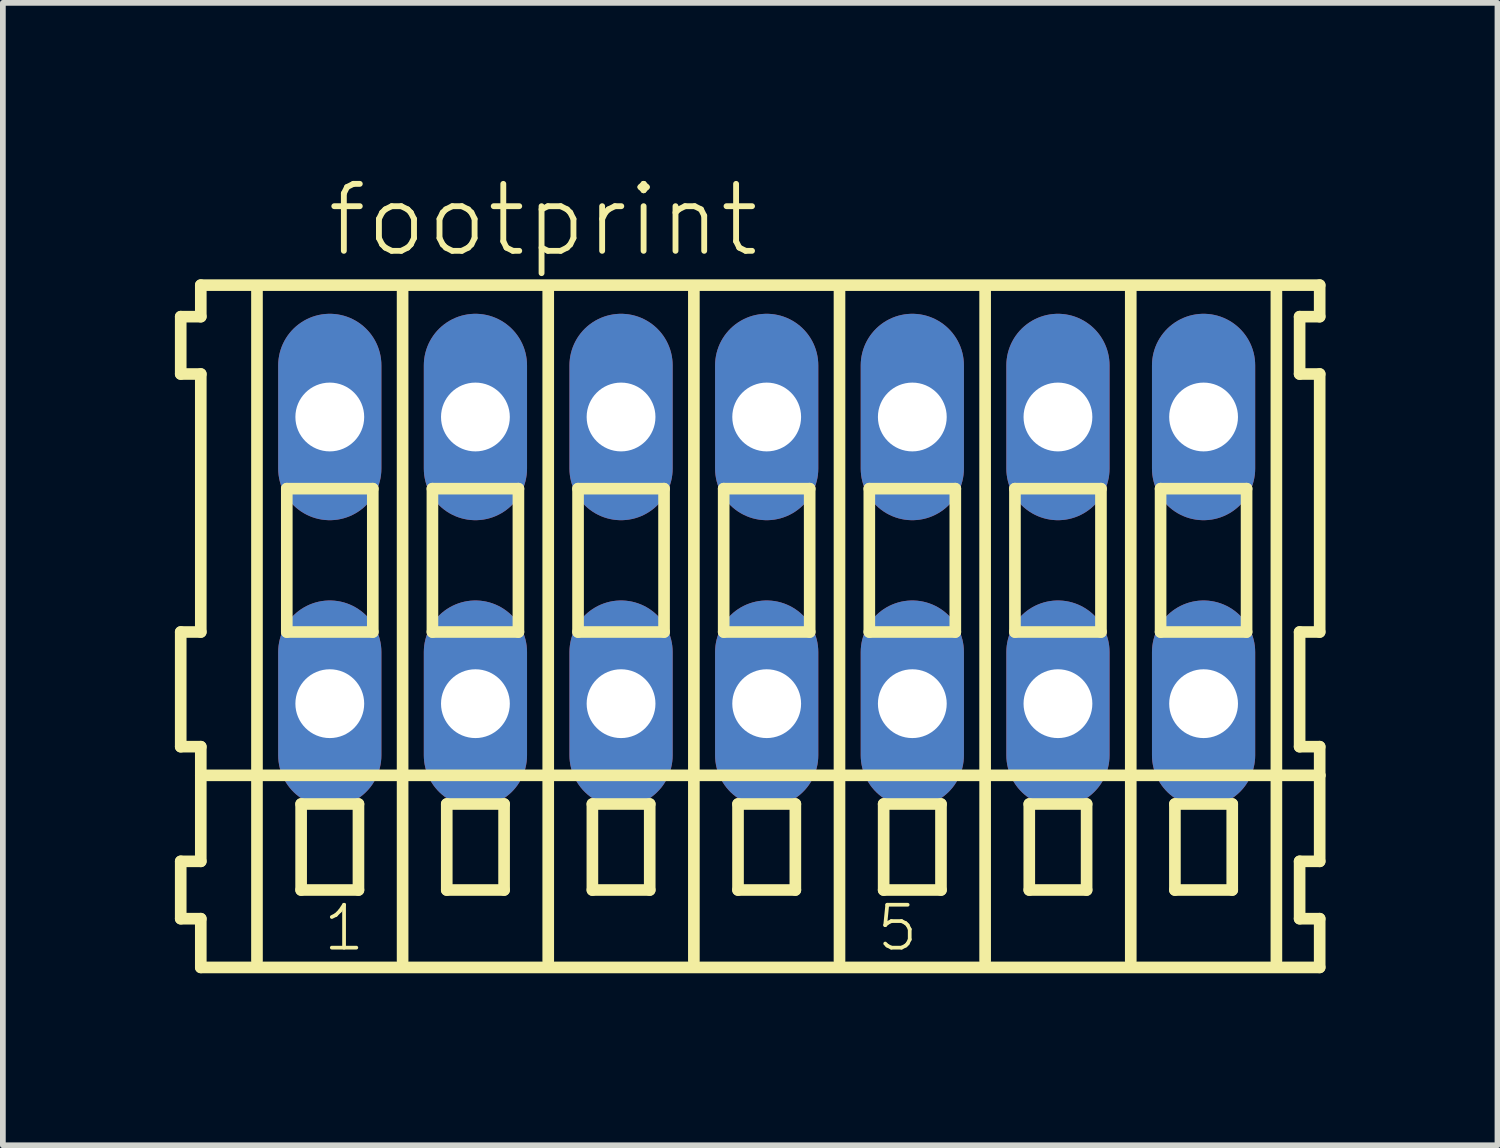
<source format=kicad_pcb>
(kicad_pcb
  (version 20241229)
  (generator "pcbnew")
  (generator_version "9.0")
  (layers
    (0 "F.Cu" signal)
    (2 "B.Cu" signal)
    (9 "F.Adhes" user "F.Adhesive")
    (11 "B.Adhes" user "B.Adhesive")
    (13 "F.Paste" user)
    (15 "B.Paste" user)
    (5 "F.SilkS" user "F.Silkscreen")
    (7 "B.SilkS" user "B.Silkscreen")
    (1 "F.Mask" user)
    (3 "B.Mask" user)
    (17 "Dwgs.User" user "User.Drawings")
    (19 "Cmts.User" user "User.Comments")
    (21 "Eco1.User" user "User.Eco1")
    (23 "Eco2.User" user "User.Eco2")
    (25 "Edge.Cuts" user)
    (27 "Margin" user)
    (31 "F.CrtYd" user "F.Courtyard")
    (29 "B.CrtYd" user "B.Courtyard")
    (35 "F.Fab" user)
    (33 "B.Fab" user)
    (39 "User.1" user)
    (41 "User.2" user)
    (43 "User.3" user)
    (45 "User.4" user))
  (footprint "footprint"
    (layer "F.Cu")
    (at 10.322 6.723)
    (property "Reference" "footprint" (at -7.72 -5.25 0) (layer "F.SilkS") (effects (font (size 1.168 1.168) (thickness 0.102)) (justify left bottom)))
    (fp_line (start -10.22 -4.25) (end -10.22 -3.25) (stroke (width 0.203) (type solid)) (layer "F.SilkS"))
    (fp_line (start -10.22 -3.25) (end -9.87 -3.25) (stroke (width 0.203) (type solid)) (layer "F.SilkS"))
    (fp_line (start -10.22 1.25) (end -10.22 3.25) (stroke (width 0.203) (type solid)) (layer "F.SilkS"))
    (fp_line (start -10.22 3.25) (end -9.87 3.25) (stroke (width 0.203) (type solid)) (layer "F.SilkS"))
    (fp_line (start -10.22 5.25) (end -10.22 6.25) (stroke (width 0.203) (type solid)) (layer "F.SilkS"))
    (fp_line (start -10.22 6.25) (end -9.87 6.25) (stroke (width 0.203) (type solid)) (layer "F.SilkS"))
    (fp_line (start -9.87 -4.8) (end -9.87 -4.25) (stroke (width 0.203) (type solid)) (layer "F.SilkS"))
    (fp_line (start -9.87 -4.25) (end -10.22 -4.25) (stroke (width 0.203) (type solid)) (layer "F.SilkS"))
    (fp_line (start -9.87 -3.25) (end -9.87 1.25) (stroke (width 0.203) (type solid)) (layer "F.SilkS"))
    (fp_line (start -9.87 1.25) (end -10.22 1.25) (stroke (width 0.203) (type solid)) (layer "F.SilkS"))
    (fp_line (start -9.87 3.25) (end -9.87 5.25) (stroke (width 0.203) (type solid)) (layer "F.SilkS"))
    (fp_line (start -9.87 3.75) (end 9.645 3.75) (stroke (width 0.203) (type solid)) (layer "F.SilkS"))
    (fp_line (start -9.87 5.25) (end -10.22 5.25) (stroke (width 0.203) (type solid)) (layer "F.SilkS"))
    (fp_line (start -9.87 6.25) (end -9.87 7.1) (stroke (width 0.203) (type solid)) (layer "F.SilkS"))
    (fp_line (start -9.87 7.1) (end 9.645 7.1) (stroke (width 0.203) (type solid)) (layer "F.SilkS"))
    (fp_line (start -8.89 6.985) (end -8.89 -4.699) (stroke (width 0.203) (type solid)) (layer "F.SilkS"))
    (fp_line (start -8.37 -1.25) (end -8.37 1.25) (stroke (width 0.203) (type solid)) (layer "F.SilkS"))
    (fp_line (start -8.37 1.25) (end -6.87 1.25) (stroke (width 0.203) (type solid)) (layer "F.SilkS"))
    (fp_line (start -8.12 4.25) (end -8.12 5.75) (stroke (width 0.203) (type solid)) (layer "F.SilkS"))
    (fp_line (start -8.12 5.75) (end -7.12 5.75) (stroke (width 0.203) (type solid)) (layer "F.SilkS"))
    (fp_line (start -7.12 4.25) (end -8.12 4.25) (stroke (width 0.203) (type solid)) (layer "F.SilkS"))
    (fp_line (start -7.12 5.75) (end -7.12 4.25) (stroke (width 0.203) (type solid)) (layer "F.SilkS"))
    (fp_line (start -6.87 -1.25) (end -8.37 -1.25) (stroke (width 0.203) (type solid)) (layer "F.SilkS"))
    (fp_line (start -6.87 1.25) (end -6.87 -1.25) (stroke (width 0.203) (type solid)) (layer "F.SilkS"))
    (fp_line (start -6.35 6.985) (end -6.35 -4.699) (stroke (width 0.203) (type solid)) (layer "F.SilkS"))
    (fp_line (start -5.83 -1.25) (end -5.83 1.25) (stroke (width 0.203) (type solid)) (layer "F.SilkS"))
    (fp_line (start -5.83 1.25) (end -4.33 1.25) (stroke (width 0.203) (type solid)) (layer "F.SilkS"))
    (fp_line (start -5.58 4.25) (end -5.58 5.75) (stroke (width 0.203) (type solid)) (layer "F.SilkS"))
    (fp_line (start -5.58 5.75) (end -4.58 5.75) (stroke (width 0.203) (type solid)) (layer "F.SilkS"))
    (fp_line (start -4.58 4.25) (end -5.58 4.25) (stroke (width 0.203) (type solid)) (layer "F.SilkS"))
    (fp_line (start -4.58 5.75) (end -4.58 4.25) (stroke (width 0.203) (type solid)) (layer "F.SilkS"))
    (fp_line (start -4.33 -1.25) (end -5.83 -1.25) (stroke (width 0.203) (type solid)) (layer "F.SilkS"))
    (fp_line (start -4.33 1.25) (end -4.33 -1.25) (stroke (width 0.203) (type solid)) (layer "F.SilkS"))
    (fp_line (start -3.81 6.985) (end -3.81 -4.699) (stroke (width 0.203) (type solid)) (layer "F.SilkS"))
    (fp_line (start -3.29 -1.25) (end -3.29 1.25) (stroke (width 0.203) (type solid)) (layer "F.SilkS"))
    (fp_line (start -3.29 1.25) (end -1.79 1.25) (stroke (width 0.203) (type solid)) (layer "F.SilkS"))
    (fp_line (start -3.04 4.25) (end -3.04 5.75) (stroke (width 0.203) (type solid)) (layer "F.SilkS"))
    (fp_line (start -3.04 5.75) (end -2.04 5.75) (stroke (width 0.203) (type solid)) (layer "F.SilkS"))
    (fp_line (start -2.04 4.25) (end -3.04 4.25) (stroke (width 0.203) (type solid)) (layer "F.SilkS"))
    (fp_line (start -2.04 5.75) (end -2.04 4.25) (stroke (width 0.203) (type solid)) (layer "F.SilkS"))
    (fp_line (start -1.79 -1.25) (end -3.29 -1.25) (stroke (width 0.203) (type solid)) (layer "F.SilkS"))
    (fp_line (start -1.79 1.25) (end -1.79 -1.25) (stroke (width 0.203) (type solid)) (layer "F.SilkS"))
    (fp_line (start -1.27 6.985) (end -1.27 -4.699) (stroke (width 0.203) (type solid)) (layer "F.SilkS"))
    (fp_line (start -0.75 -1.25) (end -0.75 1.25) (stroke (width 0.203) (type solid)) (layer "F.SilkS"))
    (fp_line (start -0.75 1.25) (end 0.75 1.25) (stroke (width 0.203) (type solid)) (layer "F.SilkS"))
    (fp_line (start -0.5 4.25) (end -0.5 5.75) (stroke (width 0.203) (type solid)) (layer "F.SilkS"))
    (fp_line (start -0.5 5.75) (end 0.5 5.75) (stroke (width 0.203) (type solid)) (layer "F.SilkS"))
    (fp_line (start 0.5 4.25) (end -0.5 4.25) (stroke (width 0.203) (type solid)) (layer "F.SilkS"))
    (fp_line (start 0.5 5.75) (end 0.5 4.25) (stroke (width 0.203) (type solid)) (layer "F.SilkS"))
    (fp_line (start 0.75 -1.25) (end -0.75 -1.25) (stroke (width 0.203) (type solid)) (layer "F.SilkS"))
    (fp_line (start 0.75 1.25) (end 0.75 -1.25) (stroke (width 0.203) (type solid)) (layer "F.SilkS"))
    (fp_line (start 1.27 6.985) (end 1.27 -4.699) (stroke (width 0.203) (type solid)) (layer "F.SilkS"))
    (fp_line (start 1.79 -1.25) (end 1.79 1.25) (stroke (width 0.203) (type solid)) (layer "F.SilkS"))
    (fp_line (start 1.79 1.25) (end 3.29 1.25) (stroke (width 0.203) (type solid)) (layer "F.SilkS"))
    (fp_line (start 2.04 4.25) (end 2.04 5.75) (stroke (width 0.203) (type solid)) (layer "F.SilkS"))
    (fp_line (start 2.04 5.75) (end 3.04 5.75) (stroke (width 0.203) (type solid)) (layer "F.SilkS"))
    (fp_line (start 3.04 4.25) (end 2.04 4.25) (stroke (width 0.203) (type solid)) (layer "F.SilkS"))
    (fp_line (start 3.04 5.75) (end 3.04 4.25) (stroke (width 0.203) (type solid)) (layer "F.SilkS"))
    (fp_line (start 3.29 -1.25) (end 1.79 -1.25) (stroke (width 0.203) (type solid)) (layer "F.SilkS"))
    (fp_line (start 3.29 1.25) (end 3.29 -1.25) (stroke (width 0.203) (type solid)) (layer "F.SilkS"))
    (fp_line (start 3.81 6.985) (end 3.81 -4.699) (stroke (width 0.203) (type solid)) (layer "F.SilkS"))
    (fp_line (start 4.33 -1.25) (end 4.33 1.25) (stroke (width 0.203) (type solid)) (layer "F.SilkS"))
    (fp_line (start 4.33 1.25) (end 5.83 1.25) (stroke (width 0.203) (type solid)) (layer "F.SilkS"))
    (fp_line (start 4.58 4.25) (end 4.58 5.75) (stroke (width 0.203) (type solid)) (layer "F.SilkS"))
    (fp_line (start 4.58 5.75) (end 5.58 5.75) (stroke (width 0.203) (type solid)) (layer "F.SilkS"))
    (fp_line (start 5.58 4.25) (end 4.58 4.25) (stroke (width 0.203) (type solid)) (layer "F.SilkS"))
    (fp_line (start 5.58 5.75) (end 5.58 4.25) (stroke (width 0.203) (type solid)) (layer "F.SilkS"))
    (fp_line (start 5.83 -1.25) (end 4.33 -1.25) (stroke (width 0.203) (type solid)) (layer "F.SilkS"))
    (fp_line (start 5.83 1.25) (end 5.83 -1.25) (stroke (width 0.203) (type solid)) (layer "F.SilkS"))
    (fp_line (start 6.35 6.985) (end 6.35 -4.699) (stroke (width 0.203) (type solid)) (layer "F.SilkS"))
    (fp_line (start 6.87 -1.25) (end 6.87 1.25) (stroke (width 0.203) (type solid)) (layer "F.SilkS"))
    (fp_line (start 6.87 1.25) (end 8.37 1.25) (stroke (width 0.203) (type solid)) (layer "F.SilkS"))
    (fp_line (start 7.12 4.25) (end 7.12 5.75) (stroke (width 0.203) (type solid)) (layer "F.SilkS"))
    (fp_line (start 7.12 5.75) (end 8.12 5.75) (stroke (width 0.203) (type solid)) (layer "F.SilkS"))
    (fp_line (start 8.12 4.25) (end 7.12 4.25) (stroke (width 0.203) (type solid)) (layer "F.SilkS"))
    (fp_line (start 8.12 5.75) (end 8.12 4.25) (stroke (width 0.203) (type solid)) (layer "F.SilkS"))
    (fp_line (start 8.37 -1.25) (end 6.87 -1.25) (stroke (width 0.203) (type solid)) (layer "F.SilkS"))
    (fp_line (start 8.37 1.25) (end 8.37 -1.25) (stroke (width 0.203) (type solid)) (layer "F.SilkS"))
    (fp_line (start 8.89 6.985) (end 8.89 -4.699) (stroke (width 0.203) (type solid)) (layer "F.SilkS"))
    (fp_line (start 9.295 -4.25) (end 9.295 -3.25) (stroke (width 0.203) (type solid)) (layer "F.SilkS"))
    (fp_line (start 9.295 -3.25) (end 9.645 -3.25) (stroke (width 0.203) (type solid)) (layer "F.SilkS"))
    (fp_line (start 9.295 1.25) (end 9.295 3.25) (stroke (width 0.203) (type solid)) (layer "F.SilkS"))
    (fp_line (start 9.295 3.25) (end 9.645 3.25) (stroke (width 0.203) (type solid)) (layer "F.SilkS"))
    (fp_line (start 9.295 5.25) (end 9.295 6.25) (stroke (width 0.203) (type solid)) (layer "F.SilkS"))
    (fp_line (start 9.295 6.25) (end 9.645 6.25) (stroke (width 0.203) (type solid)) (layer "F.SilkS"))
    (fp_line (start 9.645 -4.8) (end -9.87 -4.8) (stroke (width 0.203) (type solid)) (layer "F.SilkS"))
    (fp_line (start 9.645 -4.25) (end 9.295 -4.25) (stroke (width 0.203) (type solid)) (layer "F.SilkS"))
    (fp_line (start 9.645 -4.25) (end 9.645 -4.8) (stroke (width 0.203) (type solid)) (layer "F.SilkS"))
    (fp_line (start 9.645 1.25) (end 9.295 1.25) (stroke (width 0.203) (type solid)) (layer "F.SilkS"))
    (fp_line (start 9.645 1.25) (end 9.645 -3.25) (stroke (width 0.203) (type solid)) (layer "F.SilkS"))
    (fp_line (start 9.645 3.75) (end 9.645 3.25) (stroke (width 0.203) (type solid)) (layer "F.SilkS"))
    (fp_line (start 9.645 5.25) (end 9.295 5.25) (stroke (width 0.203) (type solid)) (layer "F.SilkS"))
    (fp_line (start 9.645 5.25) (end 9.645 3.75) (stroke (width 0.203) (type solid)) (layer "F.SilkS"))
    (fp_line (start 9.645 7.1) (end 9.645 6.25) (stroke (width 0.203) (type solid)) (layer "F.SilkS"))
    (fp_text user "5" (at 1.882 6.85 0) (layer "F.SilkS") (effects (font (size 0.748 0.748) (thickness 0.065)) (justify left bottom)))
    (fp_text user "1" (at -7.77 6.85 0) (layer "F.SilkS") (effects (font (size 0.748 0.748) (thickness 0.065)) (justify left bottom)))
    (pad "A1" thru_hole oval (at -7.62 -2.5 90) (size 3.6 1.8) (drill 1.2) (layers "*.Cu" "*.Mask"))
    (pad "A2" thru_hole oval (at -5.08 -2.5 90) (size 3.6 1.8) (drill 1.2) (layers "*.Cu" "*.Mask"))
    (pad "A3" thru_hole oval (at -2.54 -2.5 90) (size 3.6 1.8) (drill 1.2) (layers "*.Cu" "*.Mask"))
    (pad "A4" thru_hole oval (at 0 -2.5 90) (size 3.6 1.8) (drill 1.2) (layers "*.Cu" "*.Mask"))
    (pad "A5" thru_hole oval (at 2.54 -2.5 90) (size 3.6 1.8) (drill 1.2) (layers "*.Cu" "*.Mask"))
    (pad "A6" thru_hole oval (at 5.08 -2.5 90) (size 3.6 1.8) (drill 1.2) (layers "*.Cu" "*.Mask"))
    (pad "A7" thru_hole oval (at 7.62 -2.5 90) (size 3.6 1.8) (drill 1.2) (layers "*.Cu" "*.Mask"))
    (pad "B1" thru_hole oval (at -7.62 2.5 90) (size 3.6 1.8) (drill 1.2) (layers "*.Cu" "*.Mask"))
    (pad "B2" thru_hole oval (at -5.08 2.5 90) (size 3.6 1.8) (drill 1.2) (layers "*.Cu" "*.Mask"))
    (pad "B3" thru_hole oval (at -2.54 2.5 90) (size 3.6 1.8) (drill 1.2) (layers "*.Cu" "*.Mask"))
    (pad "B4" thru_hole oval (at 0 2.5 90) (size 3.6 1.8) (drill 1.2) (layers "*.Cu" "*.Mask"))
    (pad "B5" thru_hole oval (at 2.54 2.5 90) (size 3.6 1.8) (drill 1.2) (layers "*.Cu" "*.Mask"))
    (pad "B6" thru_hole oval (at 5.08 2.5 90) (size 3.6 1.8) (drill 1.2) (layers "*.Cu" "*.Mask"))
    (pad "B7" thru_hole oval (at 7.62 2.5 90) (size 3.6 1.8) (drill 1.2) (layers "*.Cu" "*.Mask")))
  (gr_rect
    (start -3 -3)
    (end 23.068 16.925)
    (stroke (width 0.1) (type default))
    (fill no)
    (layer "Edge.Cuts")))
</source>
